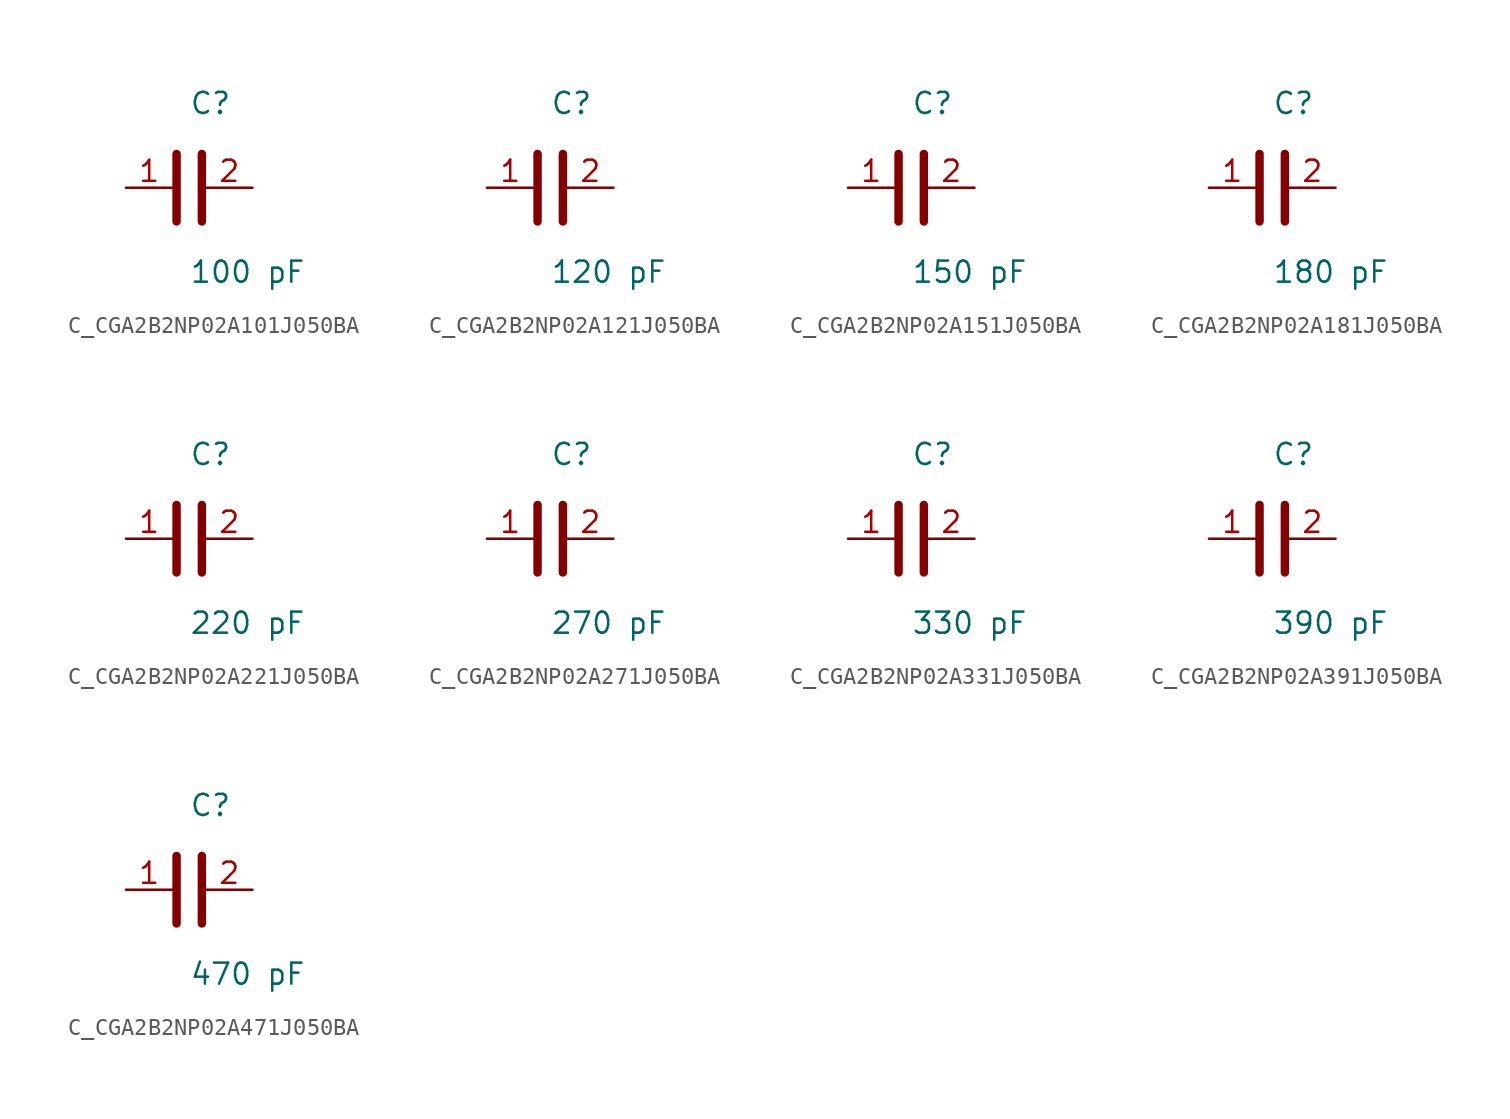
<source format=kicad_sym>
(kicad_symbol_lib
  (version 20231120)
  (generator kicad_symbol_editor)
  (generator_version 8.0)
  (symbol "C_CGA2B2NP02A101J050BA"
    (pin_names
      (offset 0.254))
    (property "Reference" "C"
      (at 0.0 5.08 0)
      (effects (font (size 1.27 1.27)) (justify left)))
    (property "Value" "100 pF"
      (at 0.0 -5.08 0)
      (effects (font (size 1.27 1.27)) (justify left)))
    (symbol "C_CGA2B2NP02A101J050BA_0_1"
      (polyline (pts (xy -0.762 -2.032) (xy -0.762 2.032)) (stroke (width 0.508) (type default)) (fill (type none)))
      (polyline (pts (xy 0.762 -2.032) (xy 0.762 2.032)) (stroke (width 0.508) (type default)) (fill (type none))))
    (pin unspecified line
      (at -3.81 0 0)
      (length 2.8)
      (name "" (effects (font (size 1.27 1.27))))
      (number "1" (effects (font (size 1.27 1.27)))))
    (pin unspecified line
      (at 3.81 0 180)
      (length 2.8)
      (name "" (effects (font (size 1.27 1.27))))
      (number "2" (effects (font (size 1.27 1.27))))))
  (symbol "C_CGA2B2NP02A121J050BA"
    (pin_names
      (offset 0.254))
    (property "Reference" "C"
      (at 0.0 5.08 0)
      (effects (font (size 1.27 1.27)) (justify left)))
    (property "Value" "120 pF"
      (at 0.0 -5.08 0)
      (effects (font (size 1.27 1.27)) (justify left)))
    (symbol "C_CGA2B2NP02A121J050BA_0_1"
      (polyline (pts (xy -0.762 -2.032) (xy -0.762 2.032)) (stroke (width 0.508) (type default)) (fill (type none)))
      (polyline (pts (xy 0.762 -2.032) (xy 0.762 2.032)) (stroke (width 0.508) (type default)) (fill (type none))))
    (pin unspecified line
      (at -3.81 0 0)
      (length 2.8)
      (name "" (effects (font (size 1.27 1.27))))
      (number "1" (effects (font (size 1.27 1.27)))))
    (pin unspecified line
      (at 3.81 0 180)
      (length 2.8)
      (name "" (effects (font (size 1.27 1.27))))
      (number "2" (effects (font (size 1.27 1.27))))))
  (symbol "C_CGA2B2NP02A151J050BA"
    (pin_names
      (offset 0.254))
    (property "Reference" "C"
      (at 0.0 5.08 0)
      (effects (font (size 1.27 1.27)) (justify left)))
    (property "Value" "150 pF"
      (at 0.0 -5.08 0)
      (effects (font (size 1.27 1.27)) (justify left)))
    (symbol "C_CGA2B2NP02A151J050BA_0_1"
      (polyline (pts (xy -0.762 -2.032) (xy -0.762 2.032)) (stroke (width 0.508) (type default)) (fill (type none)))
      (polyline (pts (xy 0.762 -2.032) (xy 0.762 2.032)) (stroke (width 0.508) (type default)) (fill (type none))))
    (pin unspecified line
      (at -3.81 0 0)
      (length 2.8)
      (name "" (effects (font (size 1.27 1.27))))
      (number "1" (effects (font (size 1.27 1.27)))))
    (pin unspecified line
      (at 3.81 0 180)
      (length 2.8)
      (name "" (effects (font (size 1.27 1.27))))
      (number "2" (effects (font (size 1.27 1.27))))))
  (symbol "C_CGA2B2NP02A181J050BA"
    (pin_names
      (offset 0.254))
    (property "Reference" "C"
      (at 0.0 5.08 0)
      (effects (font (size 1.27 1.27)) (justify left)))
    (property "Value" "180 pF"
      (at 0.0 -5.08 0)
      (effects (font (size 1.27 1.27)) (justify left)))
    (symbol "C_CGA2B2NP02A181J050BA_0_1"
      (polyline (pts (xy -0.762 -2.032) (xy -0.762 2.032)) (stroke (width 0.508) (type default)) (fill (type none)))
      (polyline (pts (xy 0.762 -2.032) (xy 0.762 2.032)) (stroke (width 0.508) (type default)) (fill (type none))))
    (pin unspecified line
      (at -3.81 0 0)
      (length 2.8)
      (name "" (effects (font (size 1.27 1.27))))
      (number "1" (effects (font (size 1.27 1.27)))))
    (pin unspecified line
      (at 3.81 0 180)
      (length 2.8)
      (name "" (effects (font (size 1.27 1.27))))
      (number "2" (effects (font (size 1.27 1.27))))))
  (symbol "C_CGA2B2NP02A221J050BA"
    (pin_names
      (offset 0.254))
    (property "Reference" "C"
      (at 0.0 5.08 0)
      (effects (font (size 1.27 1.27)) (justify left)))
    (property "Value" "220 pF"
      (at 0.0 -5.08 0)
      (effects (font (size 1.27 1.27)) (justify left)))
    (symbol "C_CGA2B2NP02A221J050BA_0_1"
      (polyline (pts (xy -0.762 -2.032) (xy -0.762 2.032)) (stroke (width 0.508) (type default)) (fill (type none)))
      (polyline (pts (xy 0.762 -2.032) (xy 0.762 2.032)) (stroke (width 0.508) (type default)) (fill (type none))))
    (pin unspecified line
      (at -3.81 0 0)
      (length 2.8)
      (name "" (effects (font (size 1.27 1.27))))
      (number "1" (effects (font (size 1.27 1.27)))))
    (pin unspecified line
      (at 3.81 0 180)
      (length 2.8)
      (name "" (effects (font (size 1.27 1.27))))
      (number "2" (effects (font (size 1.27 1.27))))))
  (symbol "C_CGA2B2NP02A271J050BA"
    (pin_names
      (offset 0.254))
    (property "Reference" "C"
      (at 0.0 5.08 0)
      (effects (font (size 1.27 1.27)) (justify left)))
    (property "Value" "270 pF"
      (at 0.0 -5.08 0)
      (effects (font (size 1.27 1.27)) (justify left)))
    (symbol "C_CGA2B2NP02A271J050BA_0_1"
      (polyline (pts (xy -0.762 -2.032) (xy -0.762 2.032)) (stroke (width 0.508) (type default)) (fill (type none)))
      (polyline (pts (xy 0.762 -2.032) (xy 0.762 2.032)) (stroke (width 0.508) (type default)) (fill (type none))))
    (pin unspecified line
      (at -3.81 0 0)
      (length 2.8)
      (name "" (effects (font (size 1.27 1.27))))
      (number "1" (effects (font (size 1.27 1.27)))))
    (pin unspecified line
      (at 3.81 0 180)
      (length 2.8)
      (name "" (effects (font (size 1.27 1.27))))
      (number "2" (effects (font (size 1.27 1.27))))))
  (symbol "C_CGA2B2NP02A331J050BA"
    (pin_names
      (offset 0.254))
    (property "Reference" "C"
      (at 0.0 5.08 0)
      (effects (font (size 1.27 1.27)) (justify left)))
    (property "Value" "330 pF"
      (at 0.0 -5.08 0)
      (effects (font (size 1.27 1.27)) (justify left)))
    (symbol "C_CGA2B2NP02A331J050BA_0_1"
      (polyline (pts (xy -0.762 -2.032) (xy -0.762 2.032)) (stroke (width 0.508) (type default)) (fill (type none)))
      (polyline (pts (xy 0.762 -2.032) (xy 0.762 2.032)) (stroke (width 0.508) (type default)) (fill (type none))))
    (pin unspecified line
      (at -3.81 0 0)
      (length 2.8)
      (name "" (effects (font (size 1.27 1.27))))
      (number "1" (effects (font (size 1.27 1.27)))))
    (pin unspecified line
      (at 3.81 0 180)
      (length 2.8)
      (name "" (effects (font (size 1.27 1.27))))
      (number "2" (effects (font (size 1.27 1.27))))))
  (symbol "C_CGA2B2NP02A391J050BA"
    (pin_names
      (offset 0.254))
    (property "Reference" "C"
      (at 0.0 5.08 0)
      (effects (font (size 1.27 1.27)) (justify left)))
    (property "Value" "390 pF"
      (at 0.0 -5.08 0)
      (effects (font (size 1.27 1.27)) (justify left)))
    (symbol "C_CGA2B2NP02A391J050BA_0_1"
      (polyline (pts (xy -0.762 -2.032) (xy -0.762 2.032)) (stroke (width 0.508) (type default)) (fill (type none)))
      (polyline (pts (xy 0.762 -2.032) (xy 0.762 2.032)) (stroke (width 0.508) (type default)) (fill (type none))))
    (pin unspecified line
      (at -3.81 0 0)
      (length 2.8)
      (name "" (effects (font (size 1.27 1.27))))
      (number "1" (effects (font (size 1.27 1.27)))))
    (pin unspecified line
      (at 3.81 0 180)
      (length 2.8)
      (name "" (effects (font (size 1.27 1.27))))
      (number "2" (effects (font (size 1.27 1.27))))))
  (symbol "C_CGA2B2NP02A471J050BA"
    (pin_names
      (offset 0.254))
    (property "Reference" "C"
      (at 0.0 5.08 0)
      (effects (font (size 1.27 1.27)) (justify left)))
    (property "Value" "470 pF"
      (at 0.0 -5.08 0)
      (effects (font (size 1.27 1.27)) (justify left)))
    (symbol "C_CGA2B2NP02A471J050BA_0_1"
      (polyline (pts (xy -0.762 -2.032) (xy -0.762 2.032)) (stroke (width 0.508) (type default)) (fill (type none)))
      (polyline (pts (xy 0.762 -2.032) (xy 0.762 2.032)) (stroke (width 0.508) (type default)) (fill (type none))))
    (pin unspecified line
      (at -3.81 0 0)
      (length 2.8)
      (name "" (effects (font (size 1.27 1.27))))
      (number "1" (effects (font (size 1.27 1.27)))))
    (pin unspecified line
      (at 3.81 0 180)
      (length 2.8)
      (name "" (effects (font (size 1.27 1.27))))
      (number "2" (effects (font (size 1.27 1.27)))))))
</source>
